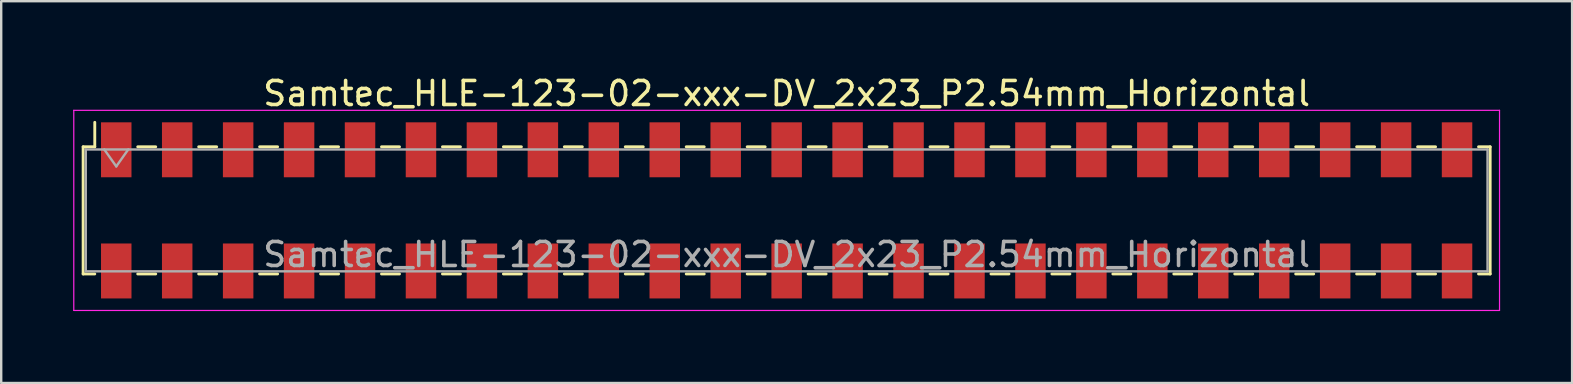
<source format=kicad_pcb>
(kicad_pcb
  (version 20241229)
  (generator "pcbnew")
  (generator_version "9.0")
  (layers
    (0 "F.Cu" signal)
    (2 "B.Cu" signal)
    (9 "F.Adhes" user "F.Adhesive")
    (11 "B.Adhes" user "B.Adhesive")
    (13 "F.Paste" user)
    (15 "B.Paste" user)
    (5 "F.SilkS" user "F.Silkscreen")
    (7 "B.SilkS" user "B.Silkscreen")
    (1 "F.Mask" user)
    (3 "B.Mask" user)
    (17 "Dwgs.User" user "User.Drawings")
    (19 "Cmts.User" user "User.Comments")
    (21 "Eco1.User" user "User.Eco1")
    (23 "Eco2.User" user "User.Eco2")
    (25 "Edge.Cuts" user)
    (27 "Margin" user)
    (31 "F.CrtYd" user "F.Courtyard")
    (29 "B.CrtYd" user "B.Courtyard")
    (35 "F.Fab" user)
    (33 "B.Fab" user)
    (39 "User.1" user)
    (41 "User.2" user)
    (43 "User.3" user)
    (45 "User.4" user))
  (footprint "Samtec_HLE-123-02-xxx-DV_2x23_P2.54mm_Horizontal"
    (layer "F.Cu")
    (at 29.735 5.718)
    (property "Reference" "Samtec_HLE-123-02-xxx-DV_2x23_P2.54mm_Horizontal" (at 0 -4.87 0) (layer "F.SilkS") (effects (font (size 1 1) (thickness 0.15))))
    (attr smd)
    (fp_line (start -29.32 -2.65) (end -29.32 2.65) (stroke (width 0.12) (type solid)) (layer "F.SilkS"))
    (fp_line (start -29.32 2.65) (end -28.835 2.65) (stroke (width 0.12) (type solid)) (layer "F.SilkS"))
    (fp_line (start -28.835 -3.67) (end -28.835 -2.65) (stroke (width 0.12) (type solid)) (layer "F.SilkS"))
    (fp_line (start -28.835 -2.65) (end -29.32 -2.65) (stroke (width 0.12) (type solid)) (layer "F.SilkS"))
    (fp_line (start -27.045 -2.65) (end -26.295 -2.65) (stroke (width 0.12) (type solid)) (layer "F.SilkS"))
    (fp_line (start -27.045 2.65) (end -26.295 2.65) (stroke (width 0.12) (type solid)) (layer "F.SilkS"))
    (fp_line (start -24.505 -2.65) (end -23.755 -2.65) (stroke (width 0.12) (type solid)) (layer "F.SilkS"))
    (fp_line (start -24.505 2.65) (end -23.755 2.65) (stroke (width 0.12) (type solid)) (layer "F.SilkS"))
    (fp_line (start -21.965 -2.65) (end -21.215 -2.65) (stroke (width 0.12) (type solid)) (layer "F.SilkS"))
    (fp_line (start -21.965 2.65) (end -21.215 2.65) (stroke (width 0.12) (type solid)) (layer "F.SilkS"))
    (fp_line (start -19.425 -2.65) (end -18.675 -2.65) (stroke (width 0.12) (type solid)) (layer "F.SilkS"))
    (fp_line (start -19.425 2.65) (end -18.675 2.65) (stroke (width 0.12) (type solid)) (layer "F.SilkS"))
    (fp_line (start -16.885 -2.65) (end -16.135 -2.65) (stroke (width 0.12) (type solid)) (layer "F.SilkS"))
    (fp_line (start -16.885 2.65) (end -16.135 2.65) (stroke (width 0.12) (type solid)) (layer "F.SilkS"))
    (fp_line (start -14.345 -2.65) (end -13.595 -2.65) (stroke (width 0.12) (type solid)) (layer "F.SilkS"))
    (fp_line (start -14.345 2.65) (end -13.595 2.65) (stroke (width 0.12) (type solid)) (layer "F.SilkS"))
    (fp_line (start -11.805 -2.65) (end -11.055 -2.65) (stroke (width 0.12) (type solid)) (layer "F.SilkS"))
    (fp_line (start -11.805 2.65) (end -11.055 2.65) (stroke (width 0.12) (type solid)) (layer "F.SilkS"))
    (fp_line (start -9.265 -2.65) (end -8.515 -2.65) (stroke (width 0.12) (type solid)) (layer "F.SilkS"))
    (fp_line (start -9.265 2.65) (end -8.515 2.65) (stroke (width 0.12) (type solid)) (layer "F.SilkS"))
    (fp_line (start -6.725 -2.65) (end -5.975 -2.65) (stroke (width 0.12) (type solid)) (layer "F.SilkS"))
    (fp_line (start -6.725 2.65) (end -5.975 2.65) (stroke (width 0.12) (type solid)) (layer "F.SilkS"))
    (fp_line (start -4.185 -2.65) (end -3.435 -2.65) (stroke (width 0.12) (type solid)) (layer "F.SilkS"))
    (fp_line (start -4.185 2.65) (end -3.435 2.65) (stroke (width 0.12) (type solid)) (layer "F.SilkS"))
    (fp_line (start -1.645 -2.65) (end -0.895 -2.65) (stroke (width 0.12) (type solid)) (layer "F.SilkS"))
    (fp_line (start -1.645 2.65) (end -0.895 2.65) (stroke (width 0.12) (type solid)) (layer "F.SilkS"))
    (fp_line (start 0.895 -2.65) (end 1.645 -2.65) (stroke (width 0.12) (type solid)) (layer "F.SilkS"))
    (fp_line (start 0.895 2.65) (end 1.645 2.65) (stroke (width 0.12) (type solid)) (layer "F.SilkS"))
    (fp_line (start 3.435 -2.65) (end 4.185 -2.65) (stroke (width 0.12) (type solid)) (layer "F.SilkS"))
    (fp_line (start 3.435 2.65) (end 4.185 2.65) (stroke (width 0.12) (type solid)) (layer "F.SilkS"))
    (fp_line (start 5.975 -2.65) (end 6.725 -2.65) (stroke (width 0.12) (type solid)) (layer "F.SilkS"))
    (fp_line (start 5.975 2.65) (end 6.725 2.65) (stroke (width 0.12) (type solid)) (layer "F.SilkS"))
    (fp_line (start 8.515 -2.65) (end 9.265 -2.65) (stroke (width 0.12) (type solid)) (layer "F.SilkS"))
    (fp_line (start 8.515 2.65) (end 9.265 2.65) (stroke (width 0.12) (type solid)) (layer "F.SilkS"))
    (fp_line (start 11.055 -2.65) (end 11.805 -2.65) (stroke (width 0.12) (type solid)) (layer "F.SilkS"))
    (fp_line (start 11.055 2.65) (end 11.805 2.65) (stroke (width 0.12) (type solid)) (layer "F.SilkS"))
    (fp_line (start 13.595 -2.65) (end 14.345 -2.65) (stroke (width 0.12) (type solid)) (layer "F.SilkS"))
    (fp_line (start 13.595 2.65) (end 14.345 2.65) (stroke (width 0.12) (type solid)) (layer "F.SilkS"))
    (fp_line (start 16.135 -2.65) (end 16.885 -2.65) (stroke (width 0.12) (type solid)) (layer "F.SilkS"))
    (fp_line (start 16.135 2.65) (end 16.885 2.65) (stroke (width 0.12) (type solid)) (layer "F.SilkS"))
    (fp_line (start 18.675 -2.65) (end 19.425 -2.65) (stroke (width 0.12) (type solid)) (layer "F.SilkS"))
    (fp_line (start 18.675 2.65) (end 19.425 2.65) (stroke (width 0.12) (type solid)) (layer "F.SilkS"))
    (fp_line (start 21.215 -2.65) (end 21.965 -2.65) (stroke (width 0.12) (type solid)) (layer "F.SilkS"))
    (fp_line (start 21.215 2.65) (end 21.965 2.65) (stroke (width 0.12) (type solid)) (layer "F.SilkS"))
    (fp_line (start 23.755 -2.65) (end 24.505 -2.65) (stroke (width 0.12) (type solid)) (layer "F.SilkS"))
    (fp_line (start 23.755 2.65) (end 24.505 2.65) (stroke (width 0.12) (type solid)) (layer "F.SilkS"))
    (fp_line (start 26.295 -2.65) (end 27.045 -2.65) (stroke (width 0.12) (type solid)) (layer "F.SilkS"))
    (fp_line (start 26.295 2.65) (end 27.045 2.65) (stroke (width 0.12) (type solid)) (layer "F.SilkS"))
    (fp_line (start 28.835 -2.65) (end 29.32 -2.65) (stroke (width 0.12) (type solid)) (layer "F.SilkS"))
    (fp_line (start 29.32 -2.65) (end 29.32 2.65) (stroke (width 0.12) (type solid)) (layer "F.SilkS"))
    (fp_line (start 29.32 2.65) (end 28.835 2.65) (stroke (width 0.12) (type solid)) (layer "F.SilkS"))
    (fp_line (start -29.71 -4.17) (end 29.71 -4.17) (stroke (width 0.05) (type solid)) (layer "F.CrtYd"))
    (fp_line (start -29.71 4.17) (end -29.71 -4.17) (stroke (width 0.05) (type solid)) (layer "F.CrtYd"))
    (fp_line (start 29.71 -4.17) (end 29.71 4.17) (stroke (width 0.05) (type solid)) (layer "F.CrtYd"))
    (fp_line (start 29.71 4.17) (end -29.71 4.17) (stroke (width 0.05) (type solid)) (layer "F.CrtYd"))
    (fp_line (start -29.21 -2.54) (end 29.21 -2.54) (stroke (width 0.1) (type solid)) (layer "F.Fab"))
    (fp_line (start -29.21 2.54) (end -29.21 -2.54) (stroke (width 0.1) (type solid)) (layer "F.Fab"))
    (fp_line (start -28.44 -2.54) (end -27.94 -1.833) (stroke (width 0.1) (type solid)) (layer "F.Fab"))
    (fp_line (start -27.94 -1.833) (end -27.44 -2.54) (stroke (width 0.1) (type solid)) (layer "F.Fab"))
    (fp_line (start 29.21 -2.54) (end 29.21 2.54) (stroke (width 0.1) (type solid)) (layer "F.Fab"))
    (fp_line (start 29.21 2.54) (end -29.21 2.54) (stroke (width 0.1) (type solid)) (layer "F.Fab"))
    (fp_text user "${REFERENCE}" (at 0 1.84 0) (layer "F.Fab") (effects (font (size 1 1) (thickness 0.15))))
    (pad "1" smd rect (at -27.94 -2.525) (size 1.27 2.29) (layers "F.Cu" "F.Mask" "F.Paste"))
    (pad "2" smd rect (at -27.94 2.525) (size 1.27 2.29) (layers "F.Cu" "F.Mask" "F.Paste"))
    (pad "3" smd rect (at -25.4 -2.525) (size 1.27 2.29) (layers "F.Cu" "F.Mask" "F.Paste"))
    (pad "4" smd rect (at -25.4 2.525) (size 1.27 2.29) (layers "F.Cu" "F.Mask" "F.Paste"))
    (pad "5" smd rect (at -22.86 -2.525) (size 1.27 2.29) (layers "F.Cu" "F.Mask" "F.Paste"))
    (pad "6" smd rect (at -22.86 2.525) (size 1.27 2.29) (layers "F.Cu" "F.Mask" "F.Paste"))
    (pad "7" smd rect (at -20.32 -2.525) (size 1.27 2.29) (layers "F.Cu" "F.Mask" "F.Paste"))
    (pad "8" smd rect (at -20.32 2.525) (size 1.27 2.29) (layers "F.Cu" "F.Mask" "F.Paste"))
    (pad "9" smd rect (at -17.78 -2.525) (size 1.27 2.29) (layers "F.Cu" "F.Mask" "F.Paste"))
    (pad "10" smd rect (at -17.78 2.525) (size 1.27 2.29) (layers "F.Cu" "F.Mask" "F.Paste"))
    (pad "11" smd rect (at -15.24 -2.525) (size 1.27 2.29) (layers "F.Cu" "F.Mask" "F.Paste"))
    (pad "12" smd rect (at -15.24 2.525) (size 1.27 2.29) (layers "F.Cu" "F.Mask" "F.Paste"))
    (pad "13" smd rect (at -12.7 -2.525) (size 1.27 2.29) (layers "F.Cu" "F.Mask" "F.Paste"))
    (pad "14" smd rect (at -12.7 2.525) (size 1.27 2.29) (layers "F.Cu" "F.Mask" "F.Paste"))
    (pad "15" smd rect (at -10.16 -2.525) (size 1.27 2.29) (layers "F.Cu" "F.Mask" "F.Paste"))
    (pad "16" smd rect (at -10.16 2.525) (size 1.27 2.29) (layers "F.Cu" "F.Mask" "F.Paste"))
    (pad "17" smd rect (at -7.62 -2.525) (size 1.27 2.29) (layers "F.Cu" "F.Mask" "F.Paste"))
    (pad "18" smd rect (at -7.62 2.525) (size 1.27 2.29) (layers "F.Cu" "F.Mask" "F.Paste"))
    (pad "19" smd rect (at -5.08 -2.525) (size 1.27 2.29) (layers "F.Cu" "F.Mask" "F.Paste"))
    (pad "20" smd rect (at -5.08 2.525) (size 1.27 2.29) (layers "F.Cu" "F.Mask" "F.Paste"))
    (pad "21" smd rect (at -2.54 -2.525) (size 1.27 2.29) (layers "F.Cu" "F.Mask" "F.Paste"))
    (pad "22" smd rect (at -2.54 2.525) (size 1.27 2.29) (layers "F.Cu" "F.Mask" "F.Paste"))
    (pad "23" smd rect (at 0 -2.525) (size 1.27 2.29) (layers "F.Cu" "F.Mask" "F.Paste"))
    (pad "24" smd rect (at 0 2.525) (size 1.27 2.29) (layers "F.Cu" "F.Mask" "F.Paste"))
    (pad "25" smd rect (at 2.54 -2.525) (size 1.27 2.29) (layers "F.Cu" "F.Mask" "F.Paste"))
    (pad "26" smd rect (at 2.54 2.525) (size 1.27 2.29) (layers "F.Cu" "F.Mask" "F.Paste"))
    (pad "27" smd rect (at 5.08 -2.525) (size 1.27 2.29) (layers "F.Cu" "F.Mask" "F.Paste"))
    (pad "28" smd rect (at 5.08 2.525) (size 1.27 2.29) (layers "F.Cu" "F.Mask" "F.Paste"))
    (pad "29" smd rect (at 7.62 -2.525) (size 1.27 2.29) (layers "F.Cu" "F.Mask" "F.Paste"))
    (pad "30" smd rect (at 7.62 2.525) (size 1.27 2.29) (layers "F.Cu" "F.Mask" "F.Paste"))
    (pad "31" smd rect (at 10.16 -2.525) (size 1.27 2.29) (layers "F.Cu" "F.Mask" "F.Paste"))
    (pad "32" smd rect (at 10.16 2.525) (size 1.27 2.29) (layers "F.Cu" "F.Mask" "F.Paste"))
    (pad "33" smd rect (at 12.7 -2.525) (size 1.27 2.29) (layers "F.Cu" "F.Mask" "F.Paste"))
    (pad "34" smd rect (at 12.7 2.525) (size 1.27 2.29) (layers "F.Cu" "F.Mask" "F.Paste"))
    (pad "35" smd rect (at 15.24 -2.525) (size 1.27 2.29) (layers "F.Cu" "F.Mask" "F.Paste"))
    (pad "36" smd rect (at 15.24 2.525) (size 1.27 2.29) (layers "F.Cu" "F.Mask" "F.Paste"))
    (pad "37" smd rect (at 17.78 -2.525) (size 1.27 2.29) (layers "F.Cu" "F.Mask" "F.Paste"))
    (pad "38" smd rect (at 17.78 2.525) (size 1.27 2.29) (layers "F.Cu" "F.Mask" "F.Paste"))
    (pad "39" smd rect (at 20.32 -2.525) (size 1.27 2.29) (layers "F.Cu" "F.Mask" "F.Paste"))
    (pad "40" smd rect (at 20.32 2.525) (size 1.27 2.29) (layers "F.Cu" "F.Mask" "F.Paste"))
    (pad "41" smd rect (at 22.86 -2.525) (size 1.27 2.29) (layers "F.Cu" "F.Mask" "F.Paste"))
    (pad "42" smd rect (at 22.86 2.525) (size 1.27 2.29) (layers "F.Cu" "F.Mask" "F.Paste"))
    (pad "43" smd rect (at 25.4 -2.525) (size 1.27 2.29) (layers "F.Cu" "F.Mask" "F.Paste"))
    (pad "44" smd rect (at 25.4 2.525) (size 1.27 2.29) (layers "F.Cu" "F.Mask" "F.Paste"))
    (pad "45" smd rect (at 27.94 -2.525) (size 1.27 2.29) (layers "F.Cu" "F.Mask" "F.Paste"))
    (pad "46" smd rect (at 27.94 2.525) (size 1.27 2.29) (layers "F.Cu" "F.Mask" "F.Paste")))
  (gr_rect
    (start -3 -3)
    (end 62.47 12.913)
    (stroke (width 0.1) (type default))
    (fill no)
    (layer "Edge.Cuts")))
</source>
